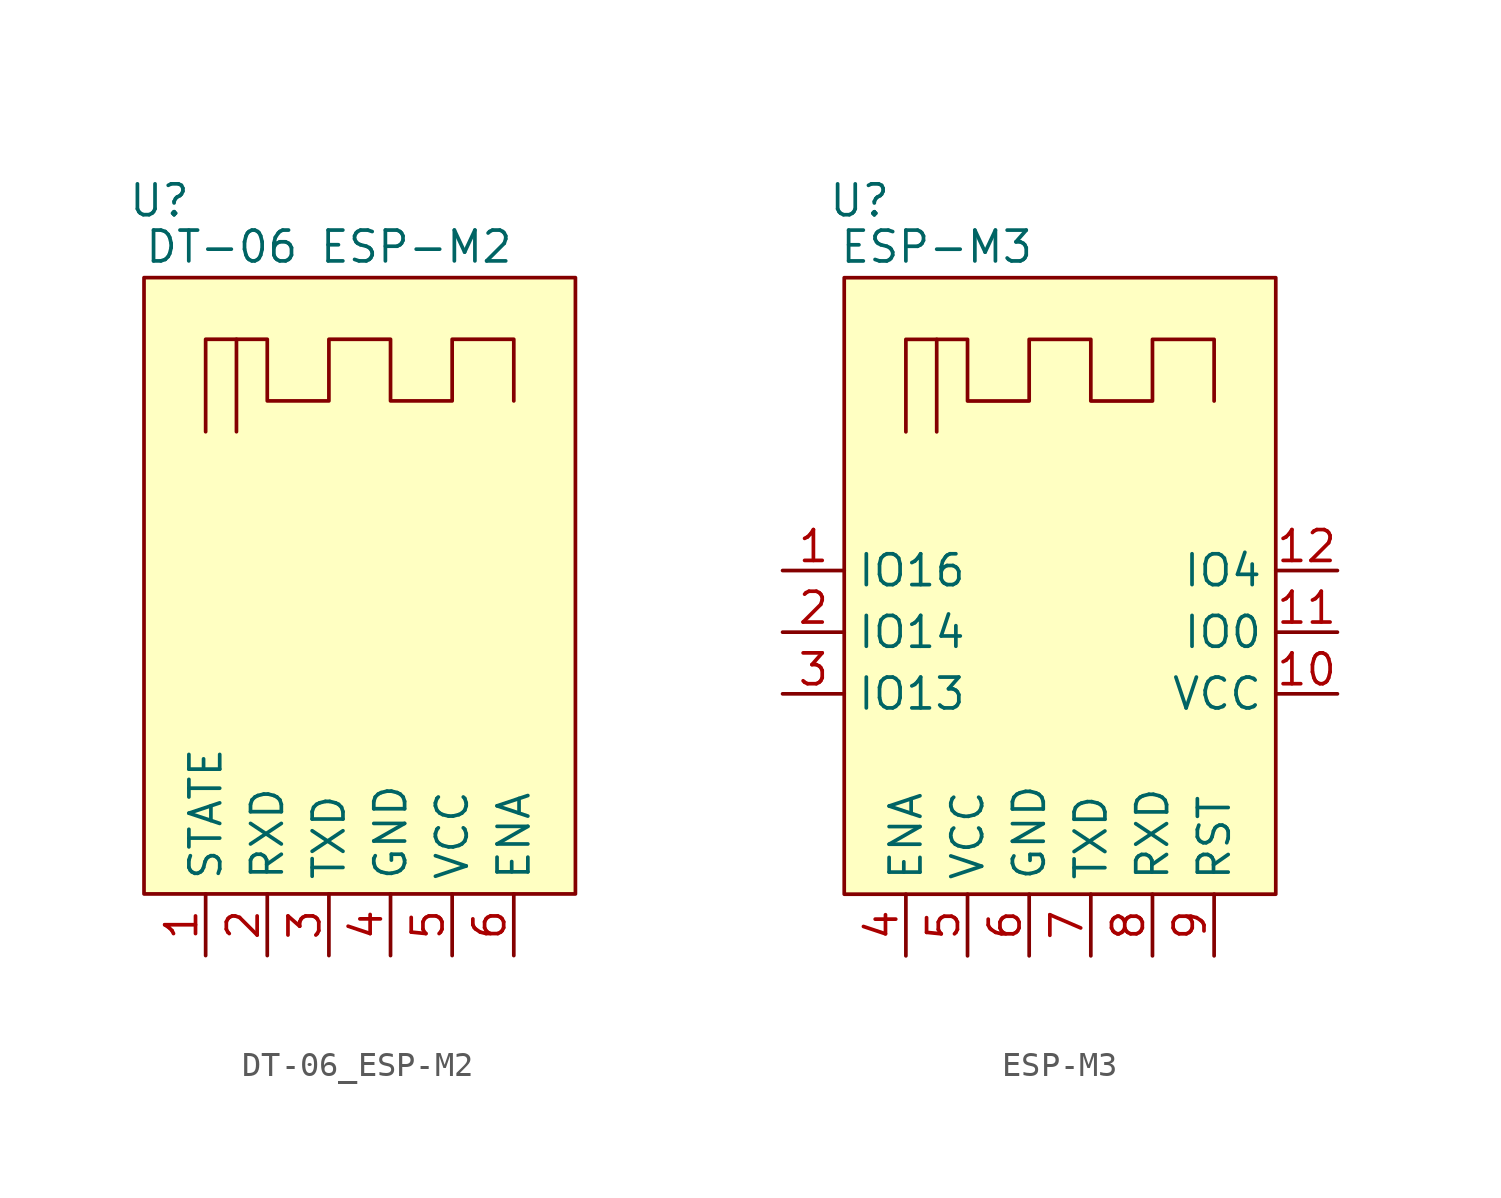
<source format=kicad_sym>
(kicad_symbol_lib
  (version 20220914)
  (generator kicad_symbol_editor)
  (symbol "DT-06_ESP-M2"
    (property "Reference" "U"
      (at -8.255 9.525 0)
      (effects (font (size 1.27 1.27))))
    (property "Value" "DT-06 ESP-M2"
      (at -1.27 7.62 0)
      (effects (font (size 1.27 1.27))))
    (symbol "DT-06_ESP-M2_0_1"
      (polyline (pts (xy -5.08 3.81) (xy -5.08 0)) (stroke (width 0) (type default)) (fill (type none)))
      (polyline (pts (xy -6.35 0) (xy -6.35 3.81) (xy -3.81 3.81) (xy -3.81 1.27) (xy -1.27 1.27) (xy -1.27 3.81) (xy 1.27 3.81) (xy 1.27 1.27) (xy 3.81 1.27) (xy 3.81 3.81) (xy 6.35 3.81) (xy 6.35 1.27)) (stroke (width 0) (type default)) (fill (type none))))
    (symbol "DT-06_ESP-M2_1_1"
      (rectangle (start -8.89 6.35) (end 8.89 -19.05) (stroke (width 0) (type default)) (fill (type background)))
      (pin input line (at -6.35 -21.59 90) (length 2.54) (name "STATE" (effects (font (size 1.27 1.27)))) (number "1" (effects (font (size 1.27 1.27)))))
      (pin input line (at -3.81 -21.59 90) (length 2.54) (name "RXD" (effects (font (size 1.27 1.27)))) (number "2" (effects (font (size 1.27 1.27)))))
      (pin input line (at -1.27 -21.59 90) (length 2.54) (name "TXD" (effects (font (size 1.27 1.27)))) (number "3" (effects (font (size 1.27 1.27)))))
      (pin input line (at 1.27 -21.59 90) (length 2.54) (name "GND" (effects (font (size 1.27 1.27)))) (number "4" (effects (font (size 1.27 1.27)))))
      (pin input line (at 3.81 -21.59 90) (length 2.54) (name "VCC" (effects (font (size 1.27 1.27)))) (number "5" (effects (font (size 1.27 1.27)))))
      (pin input line (at 6.35 -21.59 90) (length 2.54) (name "ENA" (effects (font (size 1.27 1.27)))) (number "6" (effects (font (size 1.27 1.27)))))))
  (symbol "ESP-M3"
    (property "Reference" "U"
      (at -8.255 9.525 0)
      (effects (font (size 1.27 1.27))))
    (property "Value" "ESP-M3"
      (at -5.08 7.62 0)
      (effects (font (size 1.27 1.27))))
    (symbol "ESP-M3_0_1"
      (polyline (pts (xy -5.08 3.81) (xy -5.08 0)) (stroke (width 0) (type default)) (fill (type none)))
      (polyline (pts (xy -6.35 0) (xy -6.35 3.81) (xy -3.81 3.81) (xy -3.81 1.27) (xy -1.27 1.27) (xy -1.27 3.81) (xy 1.27 3.81) (xy 1.27 1.27) (xy 3.81 1.27) (xy 3.81 3.81) (xy 6.35 3.81) (xy 6.35 1.27)) (stroke (width 0) (type default)) (fill (type none))))
    (symbol "ESP-M3_1_1"
      (rectangle (start -8.89 6.35) (end 8.89 -19.05) (stroke (width 0) (type default)) (fill (type background)))
      (pin input line (at -11.43 -5.715 0) (length 2.54) (name "IO16" (effects (font (size 1.27 1.27)))) (number "1" (effects (font (size 1.27 1.27)))))
      (pin input line (at 11.43 -10.795 180) (length 2.54) (name "VCC" (effects (font (size 1.27 1.27)))) (number "10" (effects (font (size 1.27 1.27)))))
      (pin input line (at 11.43 -8.255 180) (length 2.54) (name "IO0" (effects (font (size 1.27 1.27)))) (number "11" (effects (font (size 1.27 1.27)))))
      (pin input line (at 11.43 -5.715 180) (length 2.54) (name "IO4" (effects (font (size 1.27 1.27)))) (number "12" (effects (font (size 1.27 1.27)))))
      (pin input line (at -11.43 -8.255 0) (length 2.54) (name "IO14" (effects (font (size 1.27 1.27)))) (number "2" (effects (font (size 1.27 1.27)))))
      (pin input line (at -11.43 -10.795 0) (length 2.54) (name "IO13" (effects (font (size 1.27 1.27)))) (number "3" (effects (font (size 1.27 1.27)))))
      (pin input line (at -6.35 -21.59 90) (length 2.54) (name "ENA" (effects (font (size 1.27 1.27)))) (number "4" (effects (font (size 1.27 1.27)))))
      (pin input line (at -3.81 -21.59 90) (length 2.54) (name "VCC" (effects (font (size 1.27 1.27)))) (number "5" (effects (font (size 1.27 1.27)))))
      (pin input line (at -1.27 -21.59 90) (length 2.54) (name "GND" (effects (font (size 1.27 1.27)))) (number "6" (effects (font (size 1.27 1.27)))))
      (pin input line (at 1.27 -21.59 90) (length 2.54) (name "TXD" (effects (font (size 1.27 1.27)))) (number "7" (effects (font (size 1.27 1.27)))))
      (pin input line (at 3.81 -21.59 90) (length 2.54) (name "RXD" (effects (font (size 1.27 1.27)))) (number "8" (effects (font (size 1.27 1.27)))))
      (pin input line (at 6.35 -21.59 90) (length 2.54) (name "RST" (effects (font (size 1.27 1.27)))) (number "9" (effects (font (size 1.27 1.27))))))))
</source>
